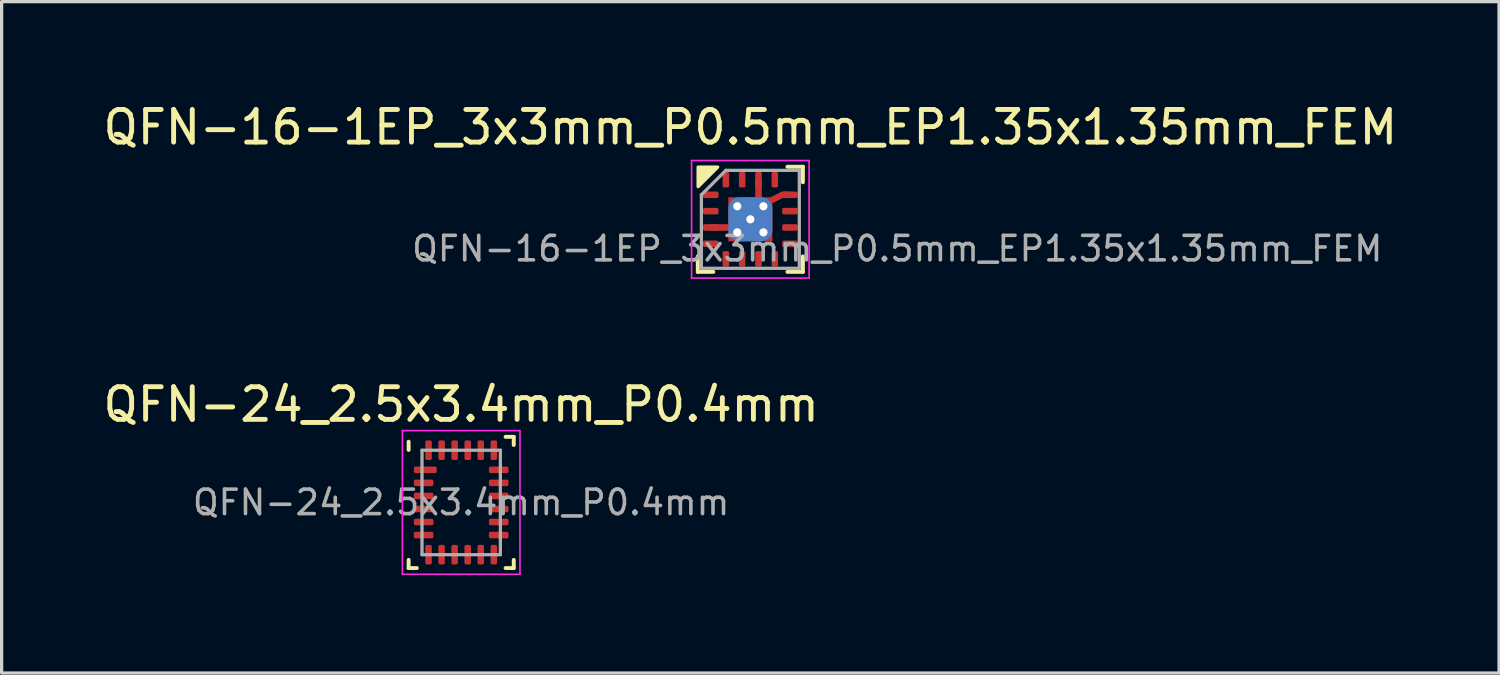
<source format=kicad_pcb>
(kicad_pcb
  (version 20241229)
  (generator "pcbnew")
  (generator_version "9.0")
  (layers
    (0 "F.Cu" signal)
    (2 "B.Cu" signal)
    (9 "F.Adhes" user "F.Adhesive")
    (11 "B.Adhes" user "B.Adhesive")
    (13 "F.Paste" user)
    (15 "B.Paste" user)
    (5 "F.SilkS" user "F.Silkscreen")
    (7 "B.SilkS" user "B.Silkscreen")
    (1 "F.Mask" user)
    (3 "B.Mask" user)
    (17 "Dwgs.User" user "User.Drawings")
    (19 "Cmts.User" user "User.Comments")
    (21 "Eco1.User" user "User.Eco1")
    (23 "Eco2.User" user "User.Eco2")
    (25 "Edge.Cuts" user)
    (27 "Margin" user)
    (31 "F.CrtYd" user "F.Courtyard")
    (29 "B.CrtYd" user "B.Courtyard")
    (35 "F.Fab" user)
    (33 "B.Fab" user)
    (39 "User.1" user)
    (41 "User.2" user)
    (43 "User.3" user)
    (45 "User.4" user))
  (footprint "QFN-16-1EP_3x3mm_P0.5mm_EP1.35x1.35mm_FEM"
    (layer "F.Cu")
    (at 19.935 3.668)
    (property "Reference" "QFN-16-1EP_3x3mm_P0.5mm_EP1.35x1.35mm_FEM" (at 0 -2.82 0) (layer "F.SilkS") (effects (font (size 1 1) (thickness 0.15))))
    (attr smd)
    (fp_line (start -1.61 1.61) (end -1.61 1.135) (stroke (width 0.12) (type solid)) (layer "F.SilkS"))
    (fp_line (start -1.135 1.61) (end -1.61 1.61) (stroke (width 0.12) (type solid)) (layer "F.SilkS"))
    (fp_line (start 1.135 -1.61) (end 1.61 -1.61) (stroke (width 0.12) (type solid)) (layer "F.SilkS"))
    (fp_line (start 1.135 1.61) (end 1.61 1.61) (stroke (width 0.12) (type solid)) (layer "F.SilkS"))
    (fp_line (start 1.61 -1.61) (end 1.61 -1.135) (stroke (width 0.12) (type solid)) (layer "F.SilkS"))
    (fp_line (start 1.61 1.61) (end 1.61 1.135) (stroke (width 0.12) (type solid)) (layer "F.SilkS"))
    (fp_poly (pts (xy -1.6 -1) (xy -1.6 -1.6) (xy -1 -1.6)) (stroke (width 0.1) (type solid)) (fill yes) (layer "F.SilkS"))
    (fp_line (start -1.8 -1.8) (end -1.8 1.8) (stroke (width 0.05) (type solid)) (layer "F.CrtYd"))
    (fp_line (start -1.8 1.8) (end 1.8 1.8) (stroke (width 0.05) (type solid)) (layer "F.CrtYd"))
    (fp_line (start 1.8 -1.8) (end -1.8 -1.8) (stroke (width 0.05) (type solid)) (layer "F.CrtYd"))
    (fp_line (start 1.8 1.8) (end 1.8 -1.8) (stroke (width 0.05) (type solid)) (layer "F.CrtYd"))
    (fp_line (start -1.5 -0.75) (end -0.75 -1.5) (stroke (width 0.1) (type solid)) (layer "F.Fab"))
    (fp_line (start -1.5 1.5) (end -1.5 -0.75) (stroke (width 0.1) (type solid)) (layer "F.Fab"))
    (fp_line (start -0.75 -1.5) (end 1.5 -1.5) (stroke (width 0.1) (type solid)) (layer "F.Fab"))
    (fp_line (start 1.5 -1.5) (end 1.5 1.5) (stroke (width 0.1) (type solid)) (layer "F.Fab"))
    (fp_line (start 1.5 1.5) (end -1.5 1.5) (stroke (width 0.1) (type solid)) (layer "F.Fab"))
    (fp_text user "${REFERENCE}" (at 4.5 0.9 0) (layer "F.Fab") (effects (font (size 0.75 0.75) (thickness 0.11))))
    (pad "" smd roundrect (at -0.325 -0.325 180) (size 0.45 0.45) (layers "F.Paste") (roundrect_rratio 0.25))
    (pad "" smd roundrect (at -0.325 0.325 270) (size 0.45 0.45) (layers "F.Paste") (roundrect_rratio 0.25))
    (pad "" smd rect (at 0 0) (size 1.25 1.25) (layers "F.Mask"))
    (pad "" smd roundrect (at 0.325 -0.325 90) (size 0.45 0.45) (layers "F.Paste") (roundrect_rratio 0.25))
    (pad "" smd roundrect (at 0.325 0.325) (size 0.45 0.45) (layers "F.Paste") (roundrect_rratio 0.25))
    (pad "1" smd roundrect (at -1.212 -0.75) (size 0.475 0.2) (layers "F.Cu" "F.Mask" "F.Paste") (roundrect_rratio 0.25))
    (pad "2" smd roundrect (at -1.212 -0.25) (size 0.475 0.2) (layers "F.Cu" "F.Mask" "F.Paste") (roundrect_rratio 0.25))
    (pad "3" smd roundrect (at -1.212 0.25) (size 0.475 0.2) (layers "F.Cu" "F.Mask" "F.Paste") (roundrect_rratio 0.25))
    (pad "4" smd roundrect (at -1.212 0.75) (size 0.475 0.2) (layers "F.Cu" "F.Mask" "F.Paste") (roundrect_rratio 0.25))
    (pad "5" smd roundrect (at -0.75 1.212 90) (size 0.475 0.2) (layers "F.Cu" "F.Mask" "F.Paste") (roundrect_rratio 0.25))
    (pad "6" smd roundrect (at -0.25 1.212 90) (size 0.475 0.2) (layers "F.Cu" "F.Mask" "F.Paste") (roundrect_rratio 0.25))
    (pad "7" smd roundrect (at 0.25 1.212 90) (size 0.475 0.2) (layers "F.Cu" "F.Mask" "F.Paste") (roundrect_rratio 0.25))
    (pad "8" smd roundrect (at 0.75 1.212 90) (size 0.475 0.2) (layers "F.Cu" "F.Mask" "F.Paste") (roundrect_rratio 0.25))
    (pad "9" smd roundrect (at 1.212 0.75) (size 0.475 0.2) (layers "F.Cu" "F.Mask" "F.Paste") (roundrect_rratio 0.25))
    (pad "10" smd roundrect (at 1.212 0.25) (size 0.475 0.2) (layers "F.Cu" "F.Mask" "F.Paste") (roundrect_rratio 0.25))
    (pad "11" smd roundrect (at 1.212 -0.25) (size 0.475 0.2) (layers "F.Cu" "F.Mask" "F.Paste") (roundrect_rratio 0.25))
    (pad "12" smd roundrect (at 1.212 -0.75) (size 0.475 0.2) (layers "F.Cu" "F.Mask" "F.Paste") (roundrect_rratio 0.25))
    (pad "13" smd roundrect (at 0.75 -1.212 90) (size 0.475 0.2) (layers "F.Cu" "F.Mask" "F.Paste") (roundrect_rratio 0.25))
    (pad "14" smd roundrect (at 0.25 -1.212 90) (size 0.475 0.2) (layers "F.Cu" "F.Mask" "F.Paste") (roundrect_rratio 0.25))
    (pad "15" smd roundrect (at -0.25 -1.212 90) (size 0.475 0.2) (layers "F.Cu" "F.Mask" "F.Paste") (roundrect_rratio 0.25))
    (pad "16" smd roundrect (at -0.75 -1.212 90) (size 0.475 0.2) (layers "F.Cu" "F.Mask" "F.Paste") (roundrect_rratio 0.25))
    (pad "17" thru_hole circle (at -0.4 -0.4) (size 0.4 0.4) (drill 0.25) (layers "*.Cu"))
    (pad "17" thru_hole circle (at -0.4 0.4) (size 0.4 0.4) (drill 0.25) (layers "*.Cu"))
    (pad "17" thru_hole circle (at 0 0) (size 0.4 0.4) (drill 0.25) (layers "*.Cu"))
    (pad "17" smd roundrect (at 0 0) (size 1.35 1.35) (layers "B.Cu") (roundrect_rratio 0.25))
    (pad "17" smd custom (at 0 0) (size 1.35 1.35) (layers "F.Cu") (options (anchor rect)) (primitives (gr_poly (pts (xy 0.3 -0.625) (xy 0.625 -0.625) (xy 0.975 -0.8) (xy 1.212 -0.8) (xy 1.212 -0.7) (xy 0.975 -0.7) (xy 0.625 -0.525) (xy 0.625 0.625) (xy -0.625 0.625) (xy -0.625 0.3) (xy -1.212 0.3) (xy -1.212 0.2) (xy -0.625 0.2) (xy -0.625 -0.625) (xy 0.2 -0.625) (xy 0.2 -1.212) (xy 0.3 -1.212)) (width 0.1) (fill yes))))
    (pad "17" thru_hole circle (at 0.4 -0.4) (size 0.4 0.4) (drill 0.25) (layers "*.Cu"))
    (pad "17" thru_hole circle (at 0.4 0.4) (size 0.4 0.4) (drill 0.25) (layers "*.Cu")))
  (footprint "QFN-24_2.5x3.4mm_P0.4mm"
    (layer "F.Cu")
    (at 11.077 12.341)
    (property "Reference" "QFN-24_2.5x3.4mm_P0.4mm" (at 0 -3 0) (layer "F.SilkS") (effects (font (size 1 1) (thickness 0.15))))
    (attr smd)
    (fp_line (start -1.61 -1.86) (end -1.61 -1.61) (stroke (width 0.12) (type solid)) (layer "F.SilkS"))
    (fp_line (start -1.61 2.01) (end -1.61 1.76) (stroke (width 0.12) (type solid)) (layer "F.SilkS"))
    (fp_line (start -1.36 2.01) (end -1.61 2.01) (stroke (width 0.12) (type solid)) (layer "F.SilkS"))
    (fp_line (start 1.36 -2.01) (end 1.61 -2.01) (stroke (width 0.12) (type solid)) (layer "F.SilkS"))
    (fp_line (start 1.36 2.01) (end 1.61 2.01) (stroke (width 0.12) (type solid)) (layer "F.SilkS"))
    (fp_line (start 1.61 -2.01) (end 1.61 -1.76) (stroke (width 0.12) (type solid)) (layer "F.SilkS"))
    (fp_line (start 1.61 2.01) (end 1.61 1.76) (stroke (width 0.12) (type solid)) (layer "F.SilkS"))
    (fp_line (start -1.8 -2.2) (end -1.8 2.2) (stroke (width 0.05) (type solid)) (layer "F.CrtYd"))
    (fp_line (start -1.8 2.2) (end 1.8 2.2) (stroke (width 0.05) (type solid)) (layer "F.CrtYd"))
    (fp_line (start 1.8 -2.2) (end -1.8 -2.2) (stroke (width 0.05) (type solid)) (layer "F.CrtYd"))
    (fp_line (start 1.8 2.2) (end 1.8 -2.2) (stroke (width 0.05) (type solid)) (layer "F.CrtYd"))
    (fp_line (start -1.2 -1.6) (end -1.2 1.6) (stroke (width 0.1) (type solid)) (layer "F.Fab"))
    (fp_line (start -1.2 -1.6) (end 1.2 -1.6) (stroke (width 0.1) (type solid)) (layer "F.Fab"))
    (fp_line (start 1.2 -1.6) (end 1.2 1.6) (stroke (width 0.1) (type solid)) (layer "F.Fab"))
    (fp_line (start 1.2 1.6) (end -1.2 1.6) (stroke (width 0.1) (type solid)) (layer "F.Fab"))
    (fp_text user "${REFERENCE}" (at 0 0 0) (layer "F.Fab") (effects (font (size 0.75 0.75) (thickness 0.11))))
    (pad "1" smd roundrect (at -1.1 -1) (size 0.7 0.2) (layers "F.Cu" "F.Mask" "F.Paste") (roundrect_rratio 0.25))
    (pad "2" smd roundrect (at -1.15 -0.6) (size 0.6 0.2) (layers "F.Cu" "F.Mask" "F.Paste") (roundrect_rratio 0.25))
    (pad "3" smd roundrect (at -1.15 -0.2) (size 0.6 0.2) (layers "F.Cu" "F.Mask" "F.Paste") (roundrect_rratio 0.25))
    (pad "4" smd roundrect (at -1.15 0.2) (size 0.6 0.2) (layers "F.Cu" "F.Mask" "F.Paste") (roundrect_rratio 0.25))
    (pad "5" smd roundrect (at -1.15 0.6) (size 0.6 0.2) (layers "F.Cu" "F.Mask" "F.Paste") (roundrect_rratio 0.25))
    (pad "6" smd roundrect (at -1.15 1) (size 0.6 0.2) (layers "F.Cu" "F.Mask" "F.Paste") (roundrect_rratio 0.25))
    (pad "7" smd roundrect (at -1 1.6) (size 0.2 0.6) (layers "F.Cu" "F.Mask" "F.Paste") (roundrect_rratio 0.25))
    (pad "8" smd roundrect (at -0.6 1.6) (size 0.2 0.6) (layers "F.Cu" "F.Mask" "F.Paste") (roundrect_rratio 0.25))
    (pad "9" smd roundrect (at -0.2 1.6) (size 0.2 0.6) (layers "F.Cu" "F.Mask" "F.Paste") (roundrect_rratio 0.25))
    (pad "10" smd roundrect (at 0.2 1.6) (size 0.2 0.6) (layers "F.Cu" "F.Mask" "F.Paste") (roundrect_rratio 0.25))
    (pad "11" smd roundrect (at 0.6 1.6) (size 0.2 0.6) (layers "F.Cu" "F.Mask" "F.Paste") (roundrect_rratio 0.25))
    (pad "12" smd roundrect (at 1 1.6) (size 0.2 0.6) (layers "F.Cu" "F.Mask" "F.Paste") (roundrect_rratio 0.25))
    (pad "13" smd roundrect (at 1.15 1) (size 0.6 0.2) (layers "F.Cu" "F.Mask" "F.Paste") (roundrect_rratio 0.25))
    (pad "14" smd roundrect (at 1.15 0.6) (size 0.6 0.2) (layers "F.Cu" "F.Mask" "F.Paste") (roundrect_rratio 0.25))
    (pad "15" smd roundrect (at 1.15 0.2) (size 0.6 0.2) (layers "F.Cu" "F.Mask" "F.Paste") (roundrect_rratio 0.25))
    (pad "16" smd roundrect (at 1.15 -0.2) (size 0.6 0.2) (layers "F.Cu" "F.Mask" "F.Paste") (roundrect_rratio 0.25))
    (pad "17" smd roundrect (at 1.15 -0.6) (size 0.6 0.2) (layers "F.Cu" "F.Mask" "F.Paste") (roundrect_rratio 0.25))
    (pad "18" smd roundrect (at 1.15 -1) (size 0.6 0.2) (layers "F.Cu" "F.Mask" "F.Paste") (roundrect_rratio 0.25))
    (pad "19" smd roundrect (at 1 -1.6) (size 0.2 0.6) (layers "F.Cu" "F.Mask" "F.Paste") (roundrect_rratio 0.25))
    (pad "20" smd roundrect (at 0.6 -1.6) (size 0.2 0.6) (layers "F.Cu" "F.Mask" "F.Paste") (roundrect_rratio 0.25))
    (pad "21" smd roundrect (at 0.2 -1.6) (size 0.2 0.6) (layers "F.Cu" "F.Mask" "F.Paste") (roundrect_rratio 0.25))
    (pad "22" smd roundrect (at -0.2 -1.6) (size 0.2 0.6) (layers "F.Cu" "F.Mask" "F.Paste") (roundrect_rratio 0.25))
    (pad "23" smd roundrect (at -0.6 -1.6) (size 0.2 0.6) (layers "F.Cu" "F.Mask" "F.Paste") (roundrect_rratio 0.25))
    (pad "24" smd roundrect (at -1 -1.6) (size 0.2 0.6) (layers "F.Cu" "F.Mask" "F.Paste") (roundrect_rratio 0.25)))
  (gr_rect
    (start -3 -3)
    (end 42.869 17.567)
    (stroke (width 0.1) (type default))
    (fill no)
    (layer "Edge.Cuts")))
</source>
